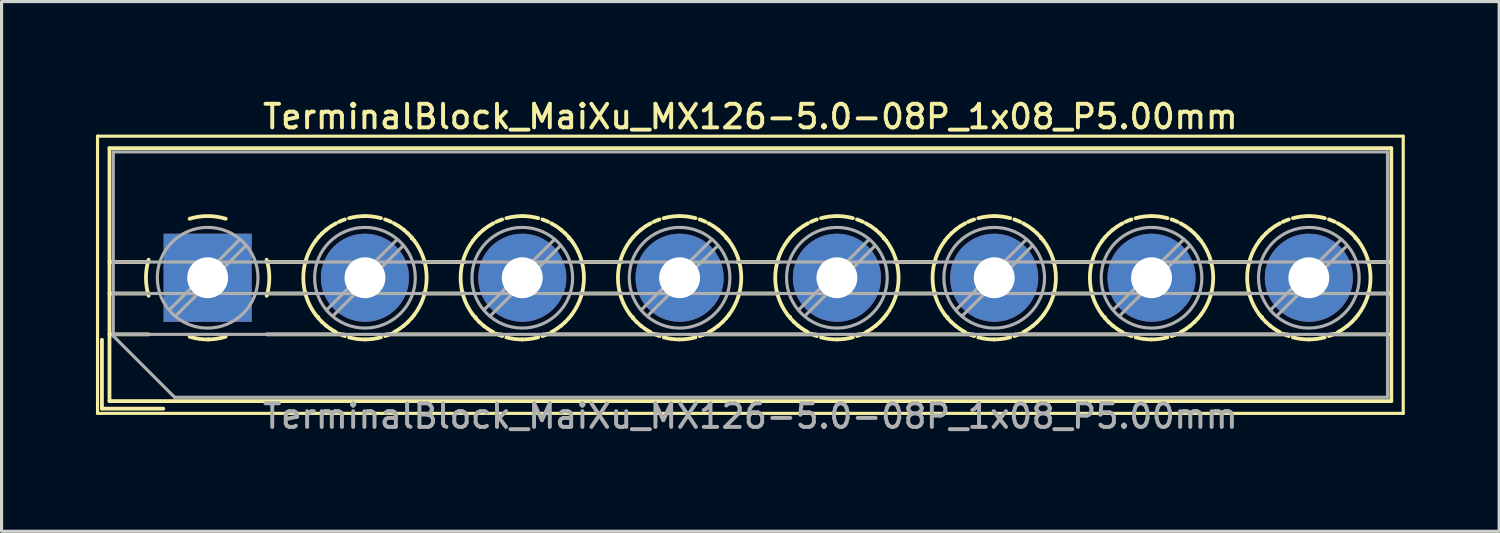
<source format=kicad_pcb>
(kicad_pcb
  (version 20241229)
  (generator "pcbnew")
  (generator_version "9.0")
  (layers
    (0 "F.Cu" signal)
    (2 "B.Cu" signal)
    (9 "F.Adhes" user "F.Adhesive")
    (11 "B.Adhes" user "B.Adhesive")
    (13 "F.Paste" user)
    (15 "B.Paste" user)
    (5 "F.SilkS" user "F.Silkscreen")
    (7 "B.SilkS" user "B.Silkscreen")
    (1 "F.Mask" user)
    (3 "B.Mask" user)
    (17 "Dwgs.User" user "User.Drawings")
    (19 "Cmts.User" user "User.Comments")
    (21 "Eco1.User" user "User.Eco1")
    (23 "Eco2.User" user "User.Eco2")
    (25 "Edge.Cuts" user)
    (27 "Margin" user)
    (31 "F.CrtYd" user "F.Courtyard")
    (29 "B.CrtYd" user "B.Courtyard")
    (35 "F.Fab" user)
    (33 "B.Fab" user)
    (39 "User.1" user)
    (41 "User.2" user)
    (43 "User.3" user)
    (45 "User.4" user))
  (footprint "TerminalBlock_MaiXu_MX126-5.0-08P_1x08_P5.00mm"
    (layer "F.Cu")
    (at 3.55 5.778)
    (property "Reference" "TerminalBlock_MaiXu_MX126-5.0-08P_1x08_P5.00mm" (at 17.25 -5.12 0) (layer "F.SilkS") (effects (font (size 0.75 0.75) (thickness 0.125))))
    (attr through_hole)
    (fp_line (start -3.5 -4.5) (end -3.5 4.31) (stroke (width 0.1) (type solid)) (layer "F.SilkS"))
    (fp_line (start -3.5 4.31) (end 38 4.31) (stroke (width 0.1) (type solid)) (layer "F.SilkS"))
    (fp_line (start -3.36 1.97) (end -3.36 4.16) (stroke (width 0.12) (type solid)) (layer "F.SilkS"))
    (fp_line (start -3.36 4.16) (end -1.41 4.16) (stroke (width 0.12) (type solid)) (layer "F.SilkS"))
    (fp_line (start -3.12 -4.12) (end -3.12 3.92) (stroke (width 0.12) (type solid)) (layer "F.SilkS"))
    (fp_line (start -3.12 -4.12) (end 37.621 -4.12) (stroke (width 0.12) (type solid)) (layer "F.SilkS"))
    (fp_line (start -3.12 -0.5) (end -1.88 -0.5) (stroke (width 0.12) (type solid)) (layer "F.SilkS"))
    (fp_line (start -3.12 0.5) (end -1.88 0.5) (stroke (width 0.12) (type solid)) (layer "F.SilkS"))
    (fp_line (start -3.12 1.8) (end -1.88 1.8) (stroke (width 0.12) (type solid)) (layer "F.SilkS"))
    (fp_line (start -3.12 3.92) (end 37.621 3.92) (stroke (width 0.12) (type solid)) (layer "F.SilkS"))
    (fp_line (start 1.88 -0.5) (end 3.165 -0.5) (stroke (width 0.12) (type solid)) (layer "F.SilkS"))
    (fp_line (start 1.88 0.5) (end 3.165 0.5) (stroke (width 0.12) (type solid)) (layer "F.SilkS"))
    (fp_line (start 1.88 1.8) (end 4.331 1.8) (stroke (width 0.12) (type solid)) (layer "F.SilkS"))
    (fp_line (start 3.514 1.248) (end 3.514 1.248) (stroke (width 0.12) (type solid)) (layer "F.SilkS"))
    (fp_line (start 5.67 1.8) (end 9.331 1.8) (stroke (width 0.12) (type solid)) (layer "F.SilkS"))
    (fp_line (start 6.487 -1.248) (end 6.487 -1.248) (stroke (width 0.12) (type solid)) (layer "F.SilkS"))
    (fp_line (start 6.836 -0.5) (end 8.165 -0.5) (stroke (width 0.12) (type solid)) (layer "F.SilkS"))
    (fp_line (start 6.836 0.5) (end 8.165 0.5) (stroke (width 0.12) (type solid)) (layer "F.SilkS"))
    (fp_line (start 8.514 1.248) (end 8.514 1.248) (stroke (width 0.12) (type solid)) (layer "F.SilkS"))
    (fp_line (start 10.67 1.8) (end 14.331 1.8) (stroke (width 0.12) (type solid)) (layer "F.SilkS"))
    (fp_line (start 11.487 -1.248) (end 11.487 -1.248) (stroke (width 0.12) (type solid)) (layer "F.SilkS"))
    (fp_line (start 11.836 -0.5) (end 13.165 -0.5) (stroke (width 0.12) (type solid)) (layer "F.SilkS"))
    (fp_line (start 11.836 0.5) (end 13.165 0.5) (stroke (width 0.12) (type solid)) (layer "F.SilkS"))
    (fp_line (start 13.514 1.248) (end 13.514 1.248) (stroke (width 0.12) (type solid)) (layer "F.SilkS"))
    (fp_line (start 15.67 1.8) (end 19.331 1.8) (stroke (width 0.12) (type solid)) (layer "F.SilkS"))
    (fp_line (start 16.487 -1.248) (end 16.487 -1.248) (stroke (width 0.12) (type solid)) (layer "F.SilkS"))
    (fp_line (start 16.836 -0.5) (end 18.165 -0.5) (stroke (width 0.12) (type solid)) (layer "F.SilkS"))
    (fp_line (start 16.836 0.5) (end 18.165 0.5) (stroke (width 0.12) (type solid)) (layer "F.SilkS"))
    (fp_line (start 18.514 1.248) (end 18.514 1.248) (stroke (width 0.12) (type solid)) (layer "F.SilkS"))
    (fp_line (start 20.67 1.8) (end 24.331 1.8) (stroke (width 0.12) (type solid)) (layer "F.SilkS"))
    (fp_line (start 21.487 -1.248) (end 21.487 -1.248) (stroke (width 0.12) (type solid)) (layer "F.SilkS"))
    (fp_line (start 21.836 -0.5) (end 23.165 -0.5) (stroke (width 0.12) (type solid)) (layer "F.SilkS"))
    (fp_line (start 21.836 0.5) (end 23.165 0.5) (stroke (width 0.12) (type solid)) (layer "F.SilkS"))
    (fp_line (start 23.514 1.248) (end 23.514 1.248) (stroke (width 0.12) (type solid)) (layer "F.SilkS"))
    (fp_line (start 25.67 1.8) (end 29.331 1.8) (stroke (width 0.12) (type solid)) (layer "F.SilkS"))
    (fp_line (start 26.487 -1.248) (end 26.487 -1.248) (stroke (width 0.12) (type solid)) (layer "F.SilkS"))
    (fp_line (start 26.836 -0.5) (end 28.165 -0.5) (stroke (width 0.12) (type solid)) (layer "F.SilkS"))
    (fp_line (start 26.836 0.5) (end 28.165 0.5) (stroke (width 0.12) (type solid)) (layer "F.SilkS"))
    (fp_line (start 28.514 1.248) (end 28.514 1.248) (stroke (width 0.12) (type solid)) (layer "F.SilkS"))
    (fp_line (start 30.67 1.8) (end 34.331 1.8) (stroke (width 0.12) (type solid)) (layer "F.SilkS"))
    (fp_line (start 31.487 -1.248) (end 31.487 -1.248) (stroke (width 0.12) (type solid)) (layer "F.SilkS"))
    (fp_line (start 31.836 -0.5) (end 33.165 -0.5) (stroke (width 0.12) (type solid)) (layer "F.SilkS"))
    (fp_line (start 31.836 0.5) (end 33.165 0.5) (stroke (width 0.12) (type solid)) (layer "F.SilkS"))
    (fp_line (start 33.514 1.248) (end 33.514 1.248) (stroke (width 0.12) (type solid)) (layer "F.SilkS"))
    (fp_line (start 35.67 1.8) (end 37.621 1.8) (stroke (width 0.12) (type solid)) (layer "F.SilkS"))
    (fp_line (start 36.487 -1.248) (end 36.487 -1.248) (stroke (width 0.12) (type solid)) (layer "F.SilkS"))
    (fp_line (start 36.836 -0.5) (end 37.621 -0.5) (stroke (width 0.12) (type solid)) (layer "F.SilkS"))
    (fp_line (start 36.836 0.5) (end 37.621 0.5) (stroke (width 0.12) (type solid)) (layer "F.SilkS"))
    (fp_line (start 37.621 -4.12) (end 37.621 3.92) (stroke (width 0.12) (type solid)) (layer "F.SilkS"))
    (fp_line (start 38 -4.5) (end -3.5 -4.5) (stroke (width 0.1) (type solid)) (layer "F.SilkS"))
    (fp_line (start 38 4.31) (end 38 -4.5) (stroke (width 0.1) (type solid)) (layer "F.SilkS"))
    (fp_arc (start -1.875422 0.572619) (mid -1.960893 -0.000722) (end -1.875 -0.574) (stroke (width 0.12) (type solid)) (layer "F.SilkS"))
    (fp_arc (start -0.572619 -1.875422) (mid 0.000722 -1.960893) (end 0.574 -1.875) (stroke (width 0.12) (type solid)) (layer "F.SilkS"))
    (fp_arc (start 0.0335 1.960607) (mid -0.273618 1.941709) (end -0.574 1.875) (stroke (width 0.12) (type solid)) (layer "F.SilkS"))
    (fp_arc (start 0.573049 1.874357) (mid 0.289706 1.938471) (end 0 1.96) (stroke (width 0.12) (type solid)) (layer "F.SilkS"))
    (fp_arc (start 1.875422 -0.572619) (mid 1.960893 0.000722) (end 1.875 0.574) (stroke (width 0.12) (type solid)) (layer "F.SilkS"))
    (fp_arc (start 3.434339 1.179122) (mid 3.039994 -0.000549) (end 3.435 -1.18) (stroke (width 0.12) (type solid)) (layer "F.SilkS"))
    (fp_arc (start 3.434826 -1.180695) (mid 3.476985 -1.2346) (end 3.521 -1.287) (stroke (width 0.12) (type solid)) (layer "F.SilkS"))
    (fp_arc (start 3.521125 1.286294) (mid 3.477135 1.233899) (end 3.435 1.18) (stroke (width 0.12) (type solid)) (layer "F.SilkS"))
    (fp_arc (start 3.521202 -1.287012) (mid 3.578748 -1.350291) (end 3.639 -1.411) (stroke (width 0.12) (type solid)) (layer "F.SilkS"))
    (fp_arc (start 3.63871 1.41001) (mid 3.578502 1.349289) (end 3.521 1.286) (stroke (width 0.12) (type solid)) (layer "F.SilkS"))
    (fp_arc (start 3.638867 -1.410738) (mid 3.701698 -1.468767) (end 3.767 -1.524) (stroke (width 0.12) (type solid)) (layer "F.SilkS"))
    (fp_arc (start 3.767069 1.523253) (mid 3.701799 1.468024) (end 3.639 1.41) (stroke (width 0.12) (type solid)) (layer "F.SilkS"))
    (fp_arc (start 3.767452 -1.524377) (mid 3.835117 -1.576689) (end 3.905 -1.626) (stroke (width 0.12) (type solid)) (layer "F.SilkS"))
    (fp_arc (start 3.904517 1.625664) (mid 3.834649 1.576332) (end 3.767 1.524) (stroke (width 0.12) (type solid)) (layer "F.SilkS"))
    (fp_arc (start 3.93363 -1.644317) (mid 4.00637 -1.689266) (end 4.081 -1.731) (stroke (width 0.12) (type solid)) (layer "F.SilkS"))
    (fp_arc (start 4.080344 1.730739) (mid 4.005726 1.688977) (end 3.933 1.644) (stroke (width 0.12) (type solid)) (layer "F.SilkS"))
    (fp_arc (start 4.172694 -1.777259) (mid 4.266842 -1.818121) (end 4.363 -1.854) (stroke (width 0.12) (type solid)) (layer "F.SilkS"))
    (fp_arc (start 4.362283 1.853815) (mid 4.266136 1.817899) (end 4.172 1.777) (stroke (width 0.12) (type solid)) (layer "F.SilkS"))
    (fp_arc (start 4.493681 -1.893473) (mid 4.74516 -1.943362) (end 5.001 -1.96) (stroke (width 0.12) (type solid)) (layer "F.SilkS"))
    (fp_arc (start 5.000479 1.960685) (mid 4.744554 1.943973) (end 4.493 1.894) (stroke (width 0.12) (type solid)) (layer "F.SilkS"))
    (fp_arc (start 5.000487 -1.960944) (mid 5.256437 -1.944104) (end 5.508 -1.894) (stroke (width 0.12) (type solid)) (layer "F.SilkS"))
    (fp_arc (start 5.507285 1.893215) (mid 5.255831 1.943232) (end 5 1.96) (stroke (width 0.12) (type solid)) (layer "F.SilkS"))
    (fp_arc (start 5.638712 -1.85392) (mid 5.734863 -1.817951) (end 5.829 -1.777) (stroke (width 0.12) (type solid)) (layer "F.SilkS"))
    (fp_arc (start 5.829295 1.77705) (mid 5.735155 1.818016) (end 5.639 1.854) (stroke (width 0.12) (type solid)) (layer "F.SilkS"))
    (fp_arc (start 5.920652 -1.730826) (mid 5.995273 -1.689021) (end 6.068 -1.644) (stroke (width 0.12) (type solid)) (layer "F.SilkS"))
    (fp_arc (start 6.068362 1.644143) (mid 5.995629 1.689179) (end 5.921 1.731) (stroke (width 0.12) (type solid)) (layer "F.SilkS"))
    (fp_arc (start 6.096479 -1.625751) (mid 6.16635 -1.576376) (end 6.234 -1.524) (stroke (width 0.12) (type solid)) (layer "F.SilkS"))
    (fp_arc (start 6.233457 1.523294) (mid 6.165838 1.575647) (end 6.096 1.625) (stroke (width 0.12) (type solid)) (layer "F.SilkS"))
    (fp_arc (start 6.233928 -1.523341) (mid 6.2992 -1.468068) (end 6.362 -1.41) (stroke (width 0.12) (type solid)) (layer "F.SilkS"))
    (fp_arc (start 6.36213 1.410651) (mid 6.299301 1.468723) (end 6.234 1.524) (stroke (width 0.12) (type solid)) (layer "F.SilkS"))
    (fp_arc (start 6.362286 -1.410097) (mid 6.422497 -1.349333) (end 6.48 -1.286) (stroke (width 0.12) (type solid)) (layer "F.SilkS"))
    (fp_arc (start 6.479707 1.285928) (mid 6.422207 1.349248) (end 6.362 1.41) (stroke (width 0.12) (type solid)) (layer "F.SilkS"))
    (fp_arc (start 6.479873 -1.286364) (mid 6.523865 -1.233934) (end 6.566 -1.18) (stroke (width 0.12) (type solid)) (layer "F.SilkS"))
    (fp_arc (start 6.565937 -1.180084) (mid 6.960805 -0.000052) (end 6.566 1.18) (stroke (width 0.12) (type solid)) (layer "F.SilkS"))
    (fp_arc (start 6.566102 1.179628) (mid 6.523979 1.233565) (end 6.48 1.286) (stroke (width 0.12) (type solid)) (layer "F.SilkS"))
    (fp_arc (start 8.434339 1.179122) (mid 8.039994 -0.000549) (end 8.435 -1.18) (stroke (width 0.12) (type solid)) (layer "F.SilkS"))
    (fp_arc (start 8.434826 -1.180695) (mid 8.476985 -1.2346) (end 8.521 -1.287) (stroke (width 0.12) (type solid)) (layer "F.SilkS"))
    (fp_arc (start 8.521125 1.286294) (mid 8.477135 1.233899) (end 8.435 1.18) (stroke (width 0.12) (type solid)) (layer "F.SilkS"))
    (fp_arc (start 8.521202 -1.287012) (mid 8.578748 -1.350291) (end 8.639 -1.411) (stroke (width 0.12) (type solid)) (layer "F.SilkS"))
    (fp_arc (start 8.63871 1.41001) (mid 8.578502 1.349289) (end 8.521 1.286) (stroke (width 0.12) (type solid)) (layer "F.SilkS"))
    (fp_arc (start 8.638867 -1.410738) (mid 8.701698 -1.468767) (end 8.767 -1.524) (stroke (width 0.12) (type solid)) (layer "F.SilkS"))
    (fp_arc (start 8.767069 1.523253) (mid 8.701799 1.468024) (end 8.639 1.41) (stroke (width 0.12) (type solid)) (layer "F.SilkS"))
    (fp_arc (start 8.767452 -1.524377) (mid 8.835117 -1.576689) (end 8.905 -1.626) (stroke (width 0.12) (type solid)) (layer "F.SilkS"))
    (fp_arc (start 8.904517 1.625664) (mid 8.834649 1.576332) (end 8.767 1.524) (stroke (width 0.12) (type solid)) (layer "F.SilkS"))
    (fp_arc (start 8.93363 -1.644317) (mid 9.00637 -1.689266) (end 9.081 -1.731) (stroke (width 0.12) (type solid)) (layer "F.SilkS"))
    (fp_arc (start 9.080344 1.730739) (mid 9.005726 1.688977) (end 8.933 1.644) (stroke (width 0.12) (type solid)) (layer "F.SilkS"))
    (fp_arc (start 9.172694 -1.777259) (mid 9.266842 -1.818121) (end 9.363 -1.854) (stroke (width 0.12) (type solid)) (layer "F.SilkS"))
    (fp_arc (start 9.362283 1.853815) (mid 9.266136 1.817899) (end 9.172 1.777) (stroke (width 0.12) (type solid)) (layer "F.SilkS"))
    (fp_arc (start 9.493681 -1.893473) (mid 9.74516 -1.943362) (end 10.001 -1.96) (stroke (width 0.12) (type solid)) (layer "F.SilkS"))
    (fp_arc (start 10.000479 1.960685) (mid 9.744554 1.943973) (end 9.493 1.894) (stroke (width 0.12) (type solid)) (layer "F.SilkS"))
    (fp_arc (start 10.000487 -1.960944) (mid 10.256437 -1.944104) (end 10.508 -1.894) (stroke (width 0.12) (type solid)) (layer "F.SilkS"))
    (fp_arc (start 10.507285 1.893215) (mid 10.255831 1.943232) (end 10 1.96) (stroke (width 0.12) (type solid)) (layer "F.SilkS"))
    (fp_arc (start 10.638712 -1.85392) (mid 10.734863 -1.817951) (end 10.829 -1.777) (stroke (width 0.12) (type solid)) (layer "F.SilkS"))
    (fp_arc (start 10.829295 1.77705) (mid 10.735155 1.818016) (end 10.639 1.854) (stroke (width 0.12) (type solid)) (layer "F.SilkS"))
    (fp_arc (start 10.920652 -1.730826) (mid 10.995273 -1.689021) (end 11.068 -1.644) (stroke (width 0.12) (type solid)) (layer "F.SilkS"))
    (fp_arc (start 11.068362 1.644143) (mid 10.995629 1.689179) (end 10.921 1.731) (stroke (width 0.12) (type solid)) (layer "F.SilkS"))
    (fp_arc (start 11.096479 -1.625751) (mid 11.16635 -1.576376) (end 11.234 -1.524) (stroke (width 0.12) (type solid)) (layer "F.SilkS"))
    (fp_arc (start 11.233457 1.523294) (mid 11.165838 1.575647) (end 11.096 1.625) (stroke (width 0.12) (type solid)) (layer "F.SilkS"))
    (fp_arc (start 11.233928 -1.523341) (mid 11.2992 -1.468068) (end 11.362 -1.41) (stroke (width 0.12) (type solid)) (layer "F.SilkS"))
    (fp_arc (start 11.36213 1.410651) (mid 11.299301 1.468723) (end 11.234 1.524) (stroke (width 0.12) (type solid)) (layer "F.SilkS"))
    (fp_arc (start 11.362286 -1.410097) (mid 11.422497 -1.349333) (end 11.48 -1.286) (stroke (width 0.12) (type solid)) (layer "F.SilkS"))
    (fp_arc (start 11.479707 1.285928) (mid 11.422207 1.349248) (end 11.362 1.41) (stroke (width 0.12) (type solid)) (layer "F.SilkS"))
    (fp_arc (start 11.479873 -1.286364) (mid 11.523865 -1.233934) (end 11.566 -1.18) (stroke (width 0.12) (type solid)) (layer "F.SilkS"))
    (fp_arc (start 11.565937 -1.180084) (mid 11.960805 -0.000052) (end 11.566 1.18) (stroke (width 0.12) (type solid)) (layer "F.SilkS"))
    (fp_arc (start 11.566102 1.179628) (mid 11.523979 1.233565) (end 11.48 1.286) (stroke (width 0.12) (type solid)) (layer "F.SilkS"))
    (fp_arc (start 13.434339 1.179122) (mid 13.039994 -0.000549) (end 13.435 -1.18) (stroke (width 0.12) (type solid)) (layer "F.SilkS"))
    (fp_arc (start 13.434826 -1.180695) (mid 13.476985 -1.2346) (end 13.521 -1.287) (stroke (width 0.12) (type solid)) (layer "F.SilkS"))
    (fp_arc (start 13.521125 1.286294) (mid 13.477135 1.233899) (end 13.435 1.18) (stroke (width 0.12) (type solid)) (layer "F.SilkS"))
    (fp_arc (start 13.521202 -1.287012) (mid 13.578748 -1.350291) (end 13.639 -1.411) (stroke (width 0.12) (type solid)) (layer "F.SilkS"))
    (fp_arc (start 13.63871 1.41001) (mid 13.578502 1.349289) (end 13.521 1.286) (stroke (width 0.12) (type solid)) (layer "F.SilkS"))
    (fp_arc (start 13.638867 -1.410738) (mid 13.701698 -1.468767) (end 13.767 -1.524) (stroke (width 0.12) (type solid)) (layer "F.SilkS"))
    (fp_arc (start 13.767069 1.523253) (mid 13.701799 1.468024) (end 13.639 1.41) (stroke (width 0.12) (type solid)) (layer "F.SilkS"))
    (fp_arc (start 13.767452 -1.524377) (mid 13.835117 -1.576689) (end 13.905 -1.626) (stroke (width 0.12) (type solid)) (layer "F.SilkS"))
    (fp_arc (start 13.904517 1.625664) (mid 13.834649 1.576332) (end 13.767 1.524) (stroke (width 0.12) (type solid)) (layer "F.SilkS"))
    (fp_arc (start 13.93363 -1.644317) (mid 14.00637 -1.689266) (end 14.081 -1.731) (stroke (width 0.12) (type solid)) (layer "F.SilkS"))
    (fp_arc (start 14.080344 1.730739) (mid 14.005726 1.688977) (end 13.933 1.644) (stroke (width 0.12) (type solid)) (layer "F.SilkS"))
    (fp_arc (start 14.172694 -1.777259) (mid 14.266842 -1.818121) (end 14.363 -1.854) (stroke (width 0.12) (type solid)) (layer "F.SilkS"))
    (fp_arc (start 14.362283 1.853815) (mid 14.266136 1.817899) (end 14.172 1.777) (stroke (width 0.12) (type solid)) (layer "F.SilkS"))
    (fp_arc (start 14.493681 -1.893473) (mid 14.74516 -1.943362) (end 15.001 -1.96) (stroke (width 0.12) (type solid)) (layer "F.SilkS"))
    (fp_arc (start 15.000479 1.960685) (mid 14.744554 1.943973) (end 14.493 1.894) (stroke (width 0.12) (type solid)) (layer "F.SilkS"))
    (fp_arc (start 15.000487 -1.960944) (mid 15.256437 -1.944104) (end 15.508 -1.894) (stroke (width 0.12) (type solid)) (layer "F.SilkS"))
    (fp_arc (start 15.507285 1.893215) (mid 15.255831 1.943232) (end 15 1.96) (stroke (width 0.12) (type solid)) (layer "F.SilkS"))
    (fp_arc (start 15.638712 -1.85392) (mid 15.734863 -1.817951) (end 15.829 -1.777) (stroke (width 0.12) (type solid)) (layer "F.SilkS"))
    (fp_arc (start 15.829295 1.77705) (mid 15.735155 1.818016) (end 15.639 1.854) (stroke (width 0.12) (type solid)) (layer "F.SilkS"))
    (fp_arc (start 15.920652 -1.730826) (mid 15.995273 -1.689021) (end 16.068 -1.644) (stroke (width 0.12) (type solid)) (layer "F.SilkS"))
    (fp_arc (start 16.068362 1.644143) (mid 15.995629 1.689179) (end 15.921 1.731) (stroke (width 0.12) (type solid)) (layer "F.SilkS"))
    (fp_arc (start 16.096479 -1.625751) (mid 16.16635 -1.576376) (end 16.234 -1.524) (stroke (width 0.12) (type solid)) (layer "F.SilkS"))
    (fp_arc (start 16.233457 1.523294) (mid 16.165838 1.575647) (end 16.096 1.625) (stroke (width 0.12) (type solid)) (layer "F.SilkS"))
    (fp_arc (start 16.233928 -1.523341) (mid 16.2992 -1.468068) (end 16.362 -1.41) (stroke (width 0.12) (type solid)) (layer "F.SilkS"))
    (fp_arc (start 16.36213 1.410651) (mid 16.299301 1.468723) (end 16.234 1.524) (stroke (width 0.12) (type solid)) (layer "F.SilkS"))
    (fp_arc (start 16.362286 -1.410097) (mid 16.422497 -1.349333) (end 16.48 -1.286) (stroke (width 0.12) (type solid)) (layer "F.SilkS"))
    (fp_arc (start 16.479707 1.285928) (mid 16.422207 1.349248) (end 16.362 1.41) (stroke (width 0.12) (type solid)) (layer "F.SilkS"))
    (fp_arc (start 16.479873 -1.286364) (mid 16.523865 -1.233934) (end 16.566 -1.18) (stroke (width 0.12) (type solid)) (layer "F.SilkS"))
    (fp_arc (start 16.565937 -1.180084) (mid 16.960805 -0.000052) (end 16.566 1.18) (stroke (width 0.12) (type solid)) (layer "F.SilkS"))
    (fp_arc (start 16.566102 1.179628) (mid 16.523979 1.233565) (end 16.48 1.286) (stroke (width 0.12) (type solid)) (layer "F.SilkS"))
    (fp_arc (start 18.434339 1.179122) (mid 18.039994 -0.000549) (end 18.435 -1.18) (stroke (width 0.12) (type solid)) (layer "F.SilkS"))
    (fp_arc (start 18.434826 -1.180695) (mid 18.476985 -1.2346) (end 18.521 -1.287) (stroke (width 0.12) (type solid)) (layer "F.SilkS"))
    (fp_arc (start 18.521125 1.286294) (mid 18.477135 1.233899) (end 18.435 1.18) (stroke (width 0.12) (type solid)) (layer "F.SilkS"))
    (fp_arc (start 18.521202 -1.287012) (mid 18.578748 -1.350291) (end 18.639 -1.411) (stroke (width 0.12) (type solid)) (layer "F.SilkS"))
    (fp_arc (start 18.63871 1.41001) (mid 18.578502 1.349289) (end 18.521 1.286) (stroke (width 0.12) (type solid)) (layer "F.SilkS"))
    (fp_arc (start 18.638867 -1.410738) (mid 18.701698 -1.468767) (end 18.767 -1.524) (stroke (width 0.12) (type solid)) (layer "F.SilkS"))
    (fp_arc (start 18.767069 1.523253) (mid 18.701799 1.468024) (end 18.639 1.41) (stroke (width 0.12) (type solid)) (layer "F.SilkS"))
    (fp_arc (start 18.767452 -1.524377) (mid 18.835117 -1.576689) (end 18.905 -1.626) (stroke (width 0.12) (type solid)) (layer "F.SilkS"))
    (fp_arc (start 18.904517 1.625664) (mid 18.834649 1.576332) (end 18.767 1.524) (stroke (width 0.12) (type solid)) (layer "F.SilkS"))
    (fp_arc (start 18.93363 -1.644317) (mid 19.00637 -1.689266) (end 19.081 -1.731) (stroke (width 0.12) (type solid)) (layer "F.SilkS"))
    (fp_arc (start 19.080344 1.730739) (mid 19.005726 1.688977) (end 18.933 1.644) (stroke (width 0.12) (type solid)) (layer "F.SilkS"))
    (fp_arc (start 19.172694 -1.777259) (mid 19.266842 -1.818121) (end 19.363 -1.854) (stroke (width 0.12) (type solid)) (layer "F.SilkS"))
    (fp_arc (start 19.362283 1.853815) (mid 19.266136 1.817899) (end 19.172 1.777) (stroke (width 0.12) (type solid)) (layer "F.SilkS"))
    (fp_arc (start 19.493681 -1.893473) (mid 19.74516 -1.943362) (end 20.001 -1.96) (stroke (width 0.12) (type solid)) (layer "F.SilkS"))
    (fp_arc (start 20.000479 1.960685) (mid 19.744554 1.943973) (end 19.493 1.894) (stroke (width 0.12) (type solid)) (layer "F.SilkS"))
    (fp_arc (start 20.000487 -1.960944) (mid 20.256437 -1.944104) (end 20.508 -1.894) (stroke (width 0.12) (type solid)) (layer "F.SilkS"))
    (fp_arc (start 20.507285 1.893215) (mid 20.255831 1.943232) (end 20 1.96) (stroke (width 0.12) (type solid)) (layer "F.SilkS"))
    (fp_arc (start 20.638712 -1.85392) (mid 20.734863 -1.817951) (end 20.829 -1.777) (stroke (width 0.12) (type solid)) (layer "F.SilkS"))
    (fp_arc (start 20.829295 1.77705) (mid 20.735155 1.818016) (end 20.639 1.854) (stroke (width 0.12) (type solid)) (layer "F.SilkS"))
    (fp_arc (start 20.920652 -1.730826) (mid 20.995273 -1.689021) (end 21.068 -1.644) (stroke (width 0.12) (type solid)) (layer "F.SilkS"))
    (fp_arc (start 21.068362 1.644143) (mid 20.995629 1.689179) (end 20.921 1.731) (stroke (width 0.12) (type solid)) (layer "F.SilkS"))
    (fp_arc (start 21.096479 -1.625751) (mid 21.16635 -1.576376) (end 21.234 -1.524) (stroke (width 0.12) (type solid)) (layer "F.SilkS"))
    (fp_arc (start 21.233457 1.523294) (mid 21.165838 1.575647) (end 21.096 1.625) (stroke (width 0.12) (type solid)) (layer "F.SilkS"))
    (fp_arc (start 21.233928 -1.523341) (mid 21.2992 -1.468068) (end 21.362 -1.41) (stroke (width 0.12) (type solid)) (layer "F.SilkS"))
    (fp_arc (start 21.36213 1.410651) (mid 21.299301 1.468723) (end 21.234 1.524) (stroke (width 0.12) (type solid)) (layer "F.SilkS"))
    (fp_arc (start 21.362286 -1.410097) (mid 21.422497 -1.349333) (end 21.48 -1.286) (stroke (width 0.12) (type solid)) (layer "F.SilkS"))
    (fp_arc (start 21.479707 1.285928) (mid 21.422207 1.349248) (end 21.362 1.41) (stroke (width 0.12) (type solid)) (layer "F.SilkS"))
    (fp_arc (start 21.479873 -1.286364) (mid 21.523865 -1.233934) (end 21.566 -1.18) (stroke (width 0.12) (type solid)) (layer "F.SilkS"))
    (fp_arc (start 21.565937 -1.180084) (mid 21.960805 -0.000052) (end 21.566 1.18) (stroke (width 0.12) (type solid)) (layer "F.SilkS"))
    (fp_arc (start 21.566102 1.179628) (mid 21.523979 1.233565) (end 21.48 1.286) (stroke (width 0.12) (type solid)) (layer "F.SilkS"))
    (fp_arc (start 23.434339 1.179122) (mid 23.039994 -0.000549) (end 23.435 -1.18) (stroke (width 0.12) (type solid)) (layer "F.SilkS"))
    (fp_arc (start 23.434826 -1.180695) (mid 23.476985 -1.2346) (end 23.521 -1.287) (stroke (width 0.12) (type solid)) (layer "F.SilkS"))
    (fp_arc (start 23.521125 1.286294) (mid 23.477135 1.233899) (end 23.435 1.18) (stroke (width 0.12) (type solid)) (layer "F.SilkS"))
    (fp_arc (start 23.521202 -1.287012) (mid 23.578748 -1.350291) (end 23.639 -1.411) (stroke (width 0.12) (type solid)) (layer "F.SilkS"))
    (fp_arc (start 23.63871 1.41001) (mid 23.578502 1.349289) (end 23.521 1.286) (stroke (width 0.12) (type solid)) (layer "F.SilkS"))
    (fp_arc (start 23.638867 -1.410738) (mid 23.701698 -1.468767) (end 23.767 -1.524) (stroke (width 0.12) (type solid)) (layer "F.SilkS"))
    (fp_arc (start 23.767069 1.523253) (mid 23.701799 1.468024) (end 23.639 1.41) (stroke (width 0.12) (type solid)) (layer "F.SilkS"))
    (fp_arc (start 23.767452 -1.524377) (mid 23.835117 -1.576689) (end 23.905 -1.626) (stroke (width 0.12) (type solid)) (layer "F.SilkS"))
    (fp_arc (start 23.904517 1.625664) (mid 23.834649 1.576332) (end 23.767 1.524) (stroke (width 0.12) (type solid)) (layer "F.SilkS"))
    (fp_arc (start 23.93363 -1.644317) (mid 24.00637 -1.689266) (end 24.081 -1.731) (stroke (width 0.12) (type solid)) (layer "F.SilkS"))
    (fp_arc (start 24.080344 1.730739) (mid 24.005726 1.688977) (end 23.933 1.644) (stroke (width 0.12) (type solid)) (layer "F.SilkS"))
    (fp_arc (start 24.172694 -1.777259) (mid 24.266842 -1.818121) (end 24.363 -1.854) (stroke (width 0.12) (type solid)) (layer "F.SilkS"))
    (fp_arc (start 24.362283 1.853815) (mid 24.266136 1.817899) (end 24.172 1.777) (stroke (width 0.12) (type solid)) (layer "F.SilkS"))
    (fp_arc (start 24.493681 -1.893473) (mid 24.74516 -1.943362) (end 25.001 -1.96) (stroke (width 0.12) (type solid)) (layer "F.SilkS"))
    (fp_arc (start 25.000479 1.960685) (mid 24.744554 1.943973) (end 24.493 1.894) (stroke (width 0.12) (type solid)) (layer "F.SilkS"))
    (fp_arc (start 25.000487 -1.960944) (mid 25.256437 -1.944104) (end 25.508 -1.894) (stroke (width 0.12) (type solid)) (layer "F.SilkS"))
    (fp_arc (start 25.507285 1.893215) (mid 25.255831 1.943232) (end 25 1.96) (stroke (width 0.12) (type solid)) (layer "F.SilkS"))
    (fp_arc (start 25.638712 -1.85392) (mid 25.734863 -1.817951) (end 25.829 -1.777) (stroke (width 0.12) (type solid)) (layer "F.SilkS"))
    (fp_arc (start 25.829295 1.77705) (mid 25.735155 1.818016) (end 25.639 1.854) (stroke (width 0.12) (type solid)) (layer "F.SilkS"))
    (fp_arc (start 25.920652 -1.730826) (mid 25.995273 -1.689021) (end 26.068 -1.644) (stroke (width 0.12) (type solid)) (layer "F.SilkS"))
    (fp_arc (start 26.068362 1.644143) (mid 25.995629 1.689179) (end 25.921 1.731) (stroke (width 0.12) (type solid)) (layer "F.SilkS"))
    (fp_arc (start 26.096479 -1.625751) (mid 26.16635 -1.576376) (end 26.234 -1.524) (stroke (width 0.12) (type solid)) (layer "F.SilkS"))
    (fp_arc (start 26.233457 1.523294) (mid 26.165838 1.575647) (end 26.096 1.625) (stroke (width 0.12) (type solid)) (layer "F.SilkS"))
    (fp_arc (start 26.233928 -1.523341) (mid 26.2992 -1.468068) (end 26.362 -1.41) (stroke (width 0.12) (type solid)) (layer "F.SilkS"))
    (fp_arc (start 26.36213 1.410651) (mid 26.299301 1.468723) (end 26.234 1.524) (stroke (width 0.12) (type solid)) (layer "F.SilkS"))
    (fp_arc (start 26.362286 -1.410097) (mid 26.422497 -1.349333) (end 26.48 -1.286) (stroke (width 0.12) (type solid)) (layer "F.SilkS"))
    (fp_arc (start 26.479707 1.285928) (mid 26.422207 1.349248) (end 26.362 1.41) (stroke (width 0.12) (type solid)) (layer "F.SilkS"))
    (fp_arc (start 26.479873 -1.286364) (mid 26.523865 -1.233934) (end 26.566 -1.18) (stroke (width 0.12) (type solid)) (layer "F.SilkS"))
    (fp_arc (start 26.565937 -1.180084) (mid 26.960805 -0.000052) (end 26.566 1.18) (stroke (width 0.12) (type solid)) (layer "F.SilkS"))
    (fp_arc (start 26.566102 1.179628) (mid 26.523979 1.233565) (end 26.48 1.286) (stroke (width 0.12) (type solid)) (layer "F.SilkS"))
    (fp_arc (start 28.434339 1.179122) (mid 28.039994 -0.000549) (end 28.435 -1.18) (stroke (width 0.12) (type solid)) (layer "F.SilkS"))
    (fp_arc (start 28.434826 -1.180695) (mid 28.476985 -1.2346) (end 28.521 -1.287) (stroke (width 0.12) (type solid)) (layer "F.SilkS"))
    (fp_arc (start 28.521125 1.286294) (mid 28.477135 1.233899) (end 28.435 1.18) (stroke (width 0.12) (type solid)) (layer "F.SilkS"))
    (fp_arc (start 28.521202 -1.287012) (mid 28.578748 -1.350291) (end 28.639 -1.411) (stroke (width 0.12) (type solid)) (layer "F.SilkS"))
    (fp_arc (start 28.63871 1.41001) (mid 28.578502 1.349289) (end 28.521 1.286) (stroke (width 0.12) (type solid)) (layer "F.SilkS"))
    (fp_arc (start 28.638867 -1.410738) (mid 28.701698 -1.468767) (end 28.767 -1.524) (stroke (width 0.12) (type solid)) (layer "F.SilkS"))
    (fp_arc (start 28.767069 1.523253) (mid 28.701799 1.468024) (end 28.639 1.41) (stroke (width 0.12) (type solid)) (layer "F.SilkS"))
    (fp_arc (start 28.767452 -1.524377) (mid 28.835117 -1.576689) (end 28.905 -1.626) (stroke (width 0.12) (type solid)) (layer "F.SilkS"))
    (fp_arc (start 28.904517 1.625664) (mid 28.834649 1.576332) (end 28.767 1.524) (stroke (width 0.12) (type solid)) (layer "F.SilkS"))
    (fp_arc (start 28.93363 -1.644317) (mid 29.00637 -1.689266) (end 29.081 -1.731) (stroke (width 0.12) (type solid)) (layer "F.SilkS"))
    (fp_arc (start 29.080344 1.730739) (mid 29.005726 1.688977) (end 28.933 1.644) (stroke (width 0.12) (type solid)) (layer "F.SilkS"))
    (fp_arc (start 29.172694 -1.777259) (mid 29.266842 -1.818121) (end 29.363 -1.854) (stroke (width 0.12) (type solid)) (layer "F.SilkS"))
    (fp_arc (start 29.362283 1.853815) (mid 29.266136 1.817899) (end 29.172 1.777) (stroke (width 0.12) (type solid)) (layer "F.SilkS"))
    (fp_arc (start 29.493681 -1.893473) (mid 29.74516 -1.943362) (end 30.001 -1.96) (stroke (width 0.12) (type solid)) (layer "F.SilkS"))
    (fp_arc (start 30.000479 1.960685) (mid 29.744554 1.943973) (end 29.493 1.894) (stroke (width 0.12) (type solid)) (layer "F.SilkS"))
    (fp_arc (start 30.000487 -1.960944) (mid 30.256437 -1.944104) (end 30.508 -1.894) (stroke (width 0.12) (type solid)) (layer "F.SilkS"))
    (fp_arc (start 30.507285 1.893215) (mid 30.255831 1.943232) (end 30 1.96) (stroke (width 0.12) (type solid)) (layer "F.SilkS"))
    (fp_arc (start 30.638712 -1.85392) (mid 30.734863 -1.817951) (end 30.829 -1.777) (stroke (width 0.12) (type solid)) (layer "F.SilkS"))
    (fp_arc (start 30.829295 1.77705) (mid 30.735155 1.818016) (end 30.639 1.854) (stroke (width 0.12) (type solid)) (layer "F.SilkS"))
    (fp_arc (start 30.920652 -1.730826) (mid 30.995273 -1.689021) (end 31.068 -1.644) (stroke (width 0.12) (type solid)) (layer "F.SilkS"))
    (fp_arc (start 31.068362 1.644143) (mid 30.995629 1.689179) (end 30.921 1.731) (stroke (width 0.12) (type solid)) (layer "F.SilkS"))
    (fp_arc (start 31.096479 -1.625751) (mid 31.16635 -1.576376) (end 31.234 -1.524) (stroke (width 0.12) (type solid)) (layer "F.SilkS"))
    (fp_arc (start 31.233457 1.523294) (mid 31.165838 1.575647) (end 31.096 1.625) (stroke (width 0.12) (type solid)) (layer "F.SilkS"))
    (fp_arc (start 31.233928 -1.523341) (mid 31.2992 -1.468068) (end 31.362 -1.41) (stroke (width 0.12) (type solid)) (layer "F.SilkS"))
    (fp_arc (start 31.36213 1.410651) (mid 31.299301 1.468723) (end 31.234 1.524) (stroke (width 0.12) (type solid)) (layer "F.SilkS"))
    (fp_arc (start 31.362286 -1.410097) (mid 31.422497 -1.349333) (end 31.48 -1.286) (stroke (width 0.12) (type solid)) (layer "F.SilkS"))
    (fp_arc (start 31.479707 1.285928) (mid 31.422207 1.349248) (end 31.362 1.41) (stroke (width 0.12) (type solid)) (layer "F.SilkS"))
    (fp_arc (start 31.479873 -1.286364) (mid 31.523865 -1.233934) (end 31.566 -1.18) (stroke (width 0.12) (type solid)) (layer "F.SilkS"))
    (fp_arc (start 31.565937 -1.180084) (mid 31.960805 -0.000052) (end 31.566 1.18) (stroke (width 0.12) (type solid)) (layer "F.SilkS"))
    (fp_arc (start 31.566102 1.179628) (mid 31.523979 1.233565) (end 31.48 1.286) (stroke (width 0.12) (type solid)) (layer "F.SilkS"))
    (fp_arc (start 33.434339 1.179122) (mid 33.039994 -0.000549) (end 33.435 -1.18) (stroke (width 0.12) (type solid)) (layer "F.SilkS"))
    (fp_arc (start 33.434826 -1.180695) (mid 33.476985 -1.2346) (end 33.521 -1.287) (stroke (width 0.12) (type solid)) (layer "F.SilkS"))
    (fp_arc (start 33.521125 1.286294) (mid 33.477135 1.233899) (end 33.435 1.18) (stroke (width 0.12) (type solid)) (layer "F.SilkS"))
    (fp_arc (start 33.521202 -1.287012) (mid 33.578748 -1.350291) (end 33.639 -1.411) (stroke (width 0.12) (type solid)) (layer "F.SilkS"))
    (fp_arc (start 33.63871 1.41001) (mid 33.578502 1.349289) (end 33.521 1.286) (stroke (width 0.12) (type solid)) (layer "F.SilkS"))
    (fp_arc (start 33.638867 -1.410738) (mid 33.701698 -1.468767) (end 33.767 -1.524) (stroke (width 0.12) (type solid)) (layer "F.SilkS"))
    (fp_arc (start 33.767069 1.523253) (mid 33.701799 1.468024) (end 33.639 1.41) (stroke (width 0.12) (type solid)) (layer "F.SilkS"))
    (fp_arc (start 33.767452 -1.524377) (mid 33.835117 -1.576689) (end 33.905 -1.626) (stroke (width 0.12) (type solid)) (layer "F.SilkS"))
    (fp_arc (start 33.904517 1.625664) (mid 33.834649 1.576332) (end 33.767 1.524) (stroke (width 0.12) (type solid)) (layer "F.SilkS"))
    (fp_arc (start 33.93363 -1.644317) (mid 34.00637 -1.689266) (end 34.081 -1.731) (stroke (width 0.12) (type solid)) (layer "F.SilkS"))
    (fp_arc (start 34.080344 1.730739) (mid 34.005726 1.688977) (end 33.933 1.644) (stroke (width 0.12) (type solid)) (layer "F.SilkS"))
    (fp_arc (start 34.172694 -1.777259) (mid 34.266842 -1.818121) (end 34.363 -1.854) (stroke (width 0.12) (type solid)) (layer "F.SilkS"))
    (fp_arc (start 34.362283 1.853815) (mid 34.266136 1.817899) (end 34.172 1.777) (stroke (width 0.12) (type solid)) (layer "F.SilkS"))
    (fp_arc (start 34.493681 -1.893473) (mid 34.74516 -1.943362) (end 35.001 -1.96) (stroke (width 0.12) (type solid)) (layer "F.SilkS"))
    (fp_arc (start 35.000479 1.960685) (mid 34.744554 1.943973) (end 34.493 1.894) (stroke (width 0.12) (type solid)) (layer "F.SilkS"))
    (fp_arc (start 35.000487 -1.960944) (mid 35.256437 -1.944104) (end 35.508 -1.894) (stroke (width 0.12) (type solid)) (layer "F.SilkS"))
    (fp_arc (start 35.507285 1.893215) (mid 35.255831 1.943232) (end 35 1.96) (stroke (width 0.12) (type solid)) (layer "F.SilkS"))
    (fp_arc (start 35.638712 -1.85392) (mid 35.734863 -1.817951) (end 35.829 -1.777) (stroke (width 0.12) (type solid)) (layer "F.SilkS"))
    (fp_arc (start 35.829295 1.77705) (mid 35.735155 1.818016) (end 35.639 1.854) (stroke (width 0.12) (type solid)) (layer "F.SilkS"))
    (fp_arc (start 35.920652 -1.730826) (mid 35.995273 -1.689021) (end 36.068 -1.644) (stroke (width 0.12) (type solid)) (layer "F.SilkS"))
    (fp_arc (start 36.068362 1.644143) (mid 35.995629 1.689179) (end 35.921 1.731) (stroke (width 0.12) (type solid)) (layer "F.SilkS"))
    (fp_arc (start 36.096479 -1.625751) (mid 36.16635 -1.576376) (end 36.234 -1.524) (stroke (width 0.12) (type solid)) (layer "F.SilkS"))
    (fp_arc (start 36.233457 1.523294) (mid 36.165838 1.575647) (end 36.096 1.625) (stroke (width 0.12) (type solid)) (layer "F.SilkS"))
    (fp_arc (start 36.233928 -1.523341) (mid 36.2992 -1.468068) (end 36.362 -1.41) (stroke (width 0.12) (type solid)) (layer "F.SilkS"))
    (fp_arc (start 36.36213 1.410651) (mid 36.299301 1.468723) (end 36.234 1.524) (stroke (width 0.12) (type solid)) (layer "F.SilkS"))
    (fp_arc (start 36.362286 -1.410097) (mid 36.422497 -1.349333) (end 36.48 -1.286) (stroke (width 0.12) (type solid)) (layer "F.SilkS"))
    (fp_arc (start 36.479707 1.285928) (mid 36.422207 1.349248) (end 36.362 1.41) (stroke (width 0.12) (type solid)) (layer "F.SilkS"))
    (fp_arc (start 36.479873 -1.286364) (mid 36.523865 -1.233934) (end 36.566 -1.18) (stroke (width 0.12) (type solid)) (layer "F.SilkS"))
    (fp_arc (start 36.565937 -1.180084) (mid 36.960805 -0.000052) (end 36.566 1.18) (stroke (width 0.12) (type solid)) (layer "F.SilkS"))
    (fp_arc (start 36.566102 1.179628) (mid 36.523979 1.233565) (end 36.48 1.286) (stroke (width 0.12) (type solid)) (layer "F.SilkS"))
    (fp_line (start -3 -4) (end 37.5 -4) (stroke (width 0.1) (type solid)) (layer "F.Fab"))
    (fp_line (start -3 -0.5) (end 37.5 -0.5) (stroke (width 0.1) (type solid)) (layer "F.Fab"))
    (fp_line (start -3 0.5) (end 37.5 0.5) (stroke (width 0.1) (type solid)) (layer "F.Fab"))
    (fp_line (start -3 1.8) (end 37.5 1.8) (stroke (width 0.1) (type solid)) (layer "F.Fab"))
    (fp_line (start -3 1.85) (end -3 -4) (stroke (width 0.1) (type solid)) (layer "F.Fab"))
    (fp_line (start -1.05 3.8) (end -3 1.85) (stroke (width 0.1) (type solid)) (layer "F.Fab"))
    (fp_line (start 1.019 -1.214) (end -1.214 1.018) (stroke (width 0.1) (type solid)) (layer "F.Fab"))
    (fp_line (start 1.214 -1.019) (end -1.019 1.214) (stroke (width 0.1) (type solid)) (layer "F.Fab"))
    (fp_line (start 6.019 -1.214) (end 3.787 1.018) (stroke (width 0.1) (type solid)) (layer "F.Fab"))
    (fp_line (start 6.214 -1.019) (end 3.982 1.214) (stroke (width 0.1) (type solid)) (layer "F.Fab"))
    (fp_line (start 11.019 -1.214) (end 8.787 1.018) (stroke (width 0.1) (type solid)) (layer "F.Fab"))
    (fp_line (start 11.214 -1.019) (end 8.982 1.214) (stroke (width 0.1) (type solid)) (layer "F.Fab"))
    (fp_line (start 16.019 -1.214) (end 13.787 1.018) (stroke (width 0.1) (type solid)) (layer "F.Fab"))
    (fp_line (start 16.214 -1.019) (end 13.982 1.214) (stroke (width 0.1) (type solid)) (layer "F.Fab"))
    (fp_line (start 21.019 -1.214) (end 18.787 1.018) (stroke (width 0.1) (type solid)) (layer "F.Fab"))
    (fp_line (start 21.214 -1.019) (end 18.982 1.214) (stroke (width 0.1) (type solid)) (layer "F.Fab"))
    (fp_line (start 26.019 -1.214) (end 23.787 1.018) (stroke (width 0.1) (type solid)) (layer "F.Fab"))
    (fp_line (start 26.214 -1.019) (end 23.982 1.214) (stroke (width 0.1) (type solid)) (layer "F.Fab"))
    (fp_line (start 31.019 -1.214) (end 28.787 1.018) (stroke (width 0.1) (type solid)) (layer "F.Fab"))
    (fp_line (start 31.214 -1.019) (end 28.982 1.214) (stroke (width 0.1) (type solid)) (layer "F.Fab"))
    (fp_line (start 36.019 -1.214) (end 33.787 1.018) (stroke (width 0.1) (type solid)) (layer "F.Fab"))
    (fp_line (start 36.214 -1.019) (end 33.982 1.214) (stroke (width 0.1) (type solid)) (layer "F.Fab"))
    (fp_line (start 37.5 -4) (end 37.5 3.8) (stroke (width 0.1) (type solid)) (layer "F.Fab"))
    (fp_line (start 37.5 3.8) (end -1.05 3.8) (stroke (width 0.1) (type solid)) (layer "F.Fab"))
    (fp_circle (center 0 0) (end 1.6 0) (stroke (width 0.1) (type solid)) (fill no) (layer "F.Fab"))
    (fp_circle (center 5 0) (end 6.6 0) (stroke (width 0.1) (type solid)) (fill no) (layer "F.Fab"))
    (fp_circle (center 10 0) (end 11.6 0) (stroke (width 0.1) (type solid)) (fill no) (layer "F.Fab"))
    (fp_circle (center 15 0) (end 16.6 0) (stroke (width 0.1) (type solid)) (fill no) (layer "F.Fab"))
    (fp_circle (center 20 0) (end 21.6 0) (stroke (width 0.1) (type solid)) (fill no) (layer "F.Fab"))
    (fp_circle (center 25 0) (end 26.6 0) (stroke (width 0.1) (type solid)) (fill no) (layer "F.Fab"))
    (fp_circle (center 30 0) (end 31.6 0) (stroke (width 0.1) (type solid)) (fill no) (layer "F.Fab"))
    (fp_circle (center 35 0) (end 36.6 0) (stroke (width 0.1) (type solid)) (fill no) (layer "F.Fab"))
    (fp_text user "${REFERENCE}" (at 17.25 4.4 0) (layer "F.Fab") (effects (font (size 0.75 0.75) (thickness 0.125))))
    (pad "1" thru_hole rect (at 0 0) (size 2.8 2.8) (drill 1.3) (layers "*.Cu" "*.Mask"))
    (pad "2" thru_hole circle (at 5 0) (size 2.8 2.8) (drill 1.3) (layers "*.Cu" "*.Mask"))
    (pad "3" thru_hole circle (at 10 0) (size 2.8 2.8) (drill 1.3) (layers "*.Cu" "*.Mask"))
    (pad "4" thru_hole circle (at 15 0) (size 2.8 2.8) (drill 1.3) (layers "*.Cu" "*.Mask"))
    (pad "5" thru_hole circle (at 20 0) (size 2.8 2.8) (drill 1.3) (layers "*.Cu" "*.Mask"))
    (pad "6" thru_hole circle (at 25 0) (size 2.8 2.8) (drill 1.3) (layers "*.Cu" "*.Mask"))
    (pad "7" thru_hole circle (at 30 0) (size 2.8 2.8) (drill 1.3) (layers "*.Cu" "*.Mask"))
    (pad "8" thru_hole circle (at 35 0) (size 2.8 2.8) (drill 1.3) (layers "*.Cu" "*.Mask")))
  (gr_rect
    (start -3 -3)
    (end 44.6 13.836)
    (stroke (width 0.1) (type default))
    (fill no)
    (layer "Edge.Cuts")))
</source>
